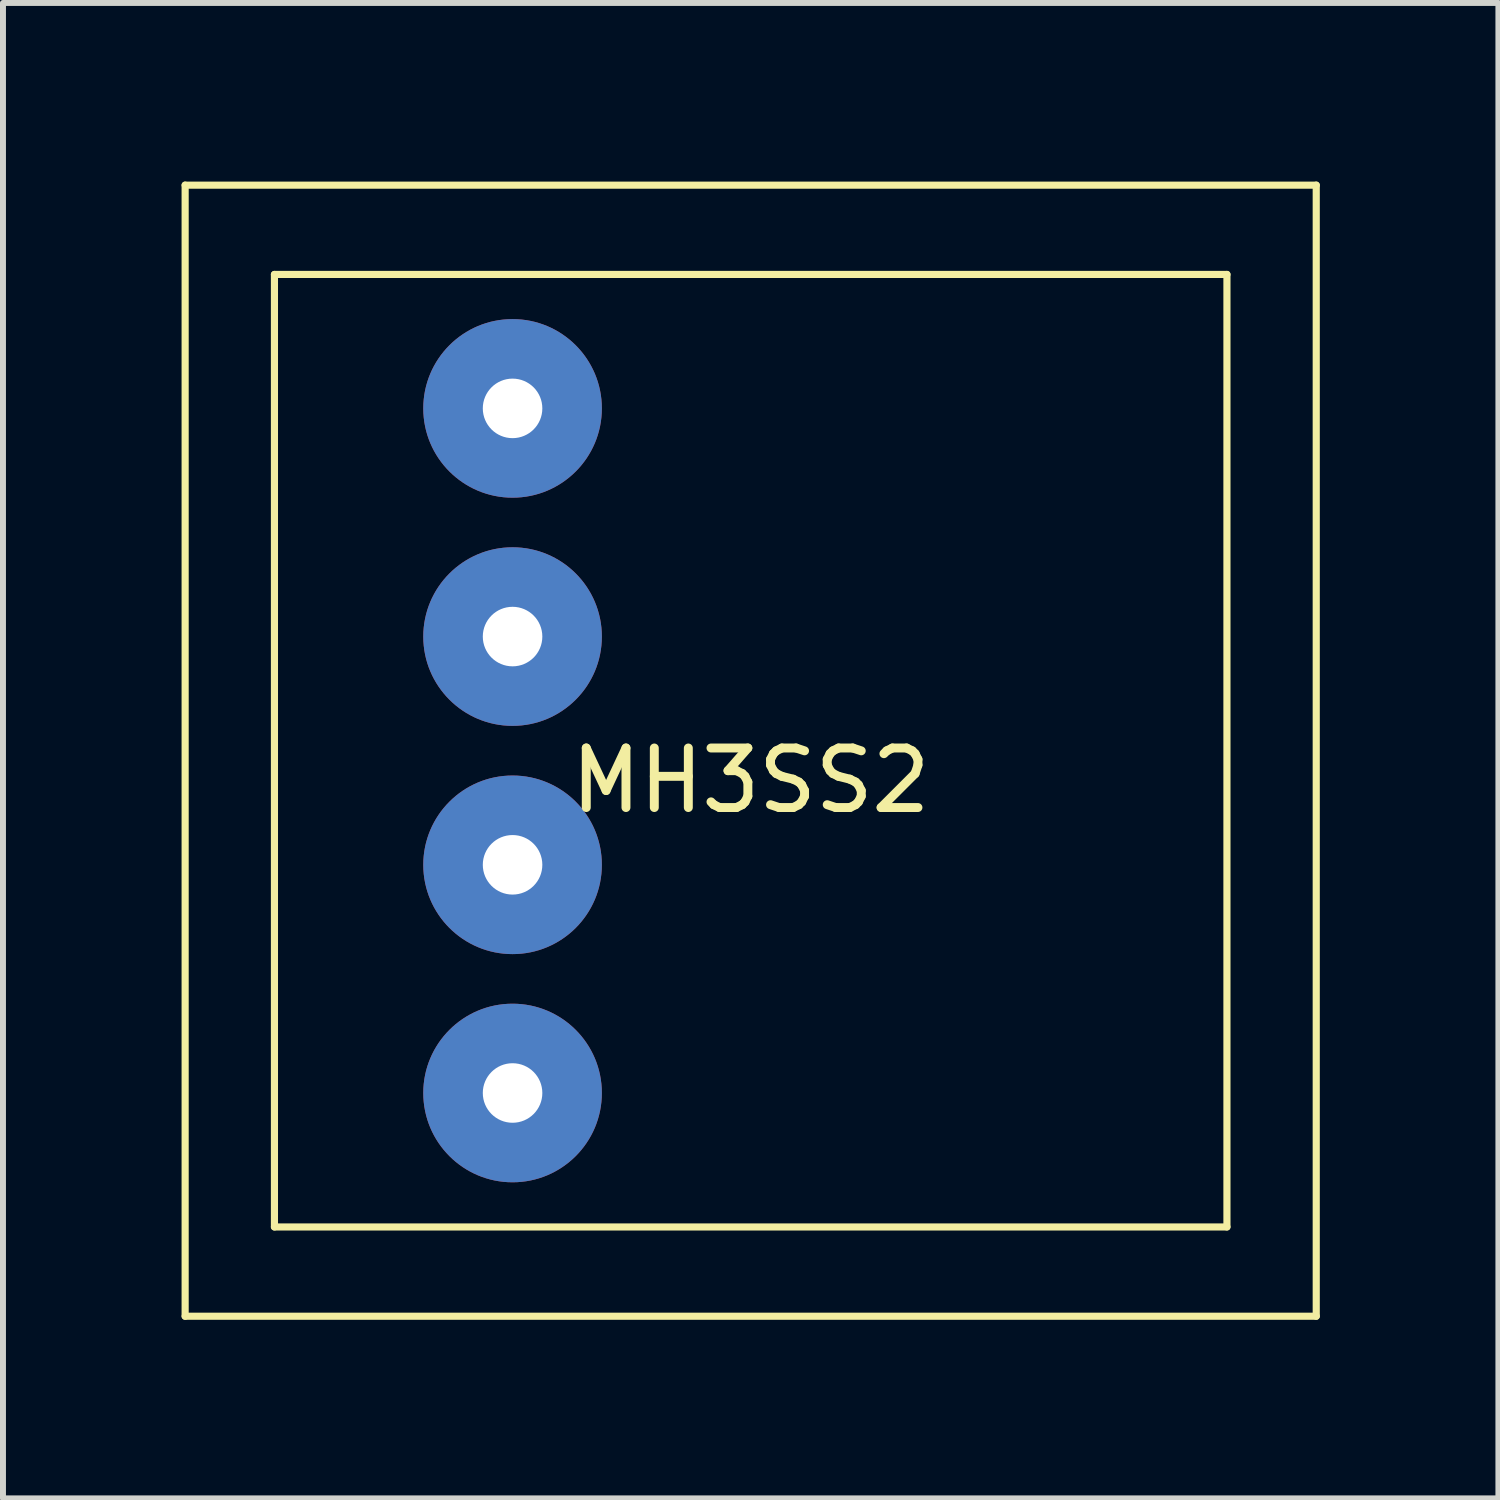
<source format=kicad_pcb>
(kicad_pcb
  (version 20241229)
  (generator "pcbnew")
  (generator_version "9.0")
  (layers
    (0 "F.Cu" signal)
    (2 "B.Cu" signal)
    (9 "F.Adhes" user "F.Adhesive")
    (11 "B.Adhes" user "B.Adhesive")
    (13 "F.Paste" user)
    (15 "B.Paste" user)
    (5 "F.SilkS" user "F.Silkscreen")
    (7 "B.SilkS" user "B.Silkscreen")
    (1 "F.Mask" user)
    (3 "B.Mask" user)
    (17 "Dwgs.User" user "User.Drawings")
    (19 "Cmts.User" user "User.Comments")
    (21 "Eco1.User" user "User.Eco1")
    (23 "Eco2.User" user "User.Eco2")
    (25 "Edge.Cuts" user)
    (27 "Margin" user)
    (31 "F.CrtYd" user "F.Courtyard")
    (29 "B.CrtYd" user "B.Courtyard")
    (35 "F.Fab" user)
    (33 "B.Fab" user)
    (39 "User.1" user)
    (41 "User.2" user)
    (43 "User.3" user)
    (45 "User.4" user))
  (footprint "MH3SS2"
    (layer "F.Cu")
    (at 9.56 9.56)
    (property "Reference" "MH3SS2" (at 0 0.5 0) (layer "F.SilkS") (effects (font (size 1 1) (thickness 0.15))))
    (attr through_hole)
    (fp_line (start -9.5 -9.5) (end 9.5 -9.5) (stroke (width 0.12) (type solid)) (layer "F.SilkS"))
    (fp_line (start -9.5 9.5) (end -9.5 -9.5) (stroke (width 0.12) (type solid)) (layer "F.SilkS"))
    (fp_line (start -8 -8) (end 8 -8) (stroke (width 0.12) (type solid)) (layer "F.SilkS"))
    (fp_line (start -8 8) (end -8 -8) (stroke (width 0.12) (type solid)) (layer "F.SilkS"))
    (fp_line (start 8 -8) (end 8 8) (stroke (width 0.12) (type solid)) (layer "F.SilkS"))
    (fp_line (start 8 8) (end -8 8) (stroke (width 0.12) (type solid)) (layer "F.SilkS"))
    (fp_line (start 9.5 -9.5) (end 9.5 9.5) (stroke (width 0.12) (type solid)) (layer "F.SilkS"))
    (fp_line (start 9.5 9.5) (end -9.5 9.5) (stroke (width 0.12) (type solid)) (layer "F.SilkS"))
    (pad "1" thru_hole circle (at -4 5.75) (size 3 3) (drill 1) (layers "*.Cu" "*.Mask"))
    (pad "2" thru_hole circle (at -4 1.917) (size 3 3) (drill 1) (layers "*.Cu" "*.Mask"))
    (pad "3" thru_hole circle (at -4 -1.917) (size 3 3) (drill 1) (layers "*.Cu" "*.Mask"))
    (pad "4" thru_hole circle (at -4 -5.75) (size 3 3) (drill 1) (layers "*.Cu" "*.Mask")))
  (gr_rect
    (start -3 -3)
    (end 22.12 22.12)
    (stroke (width 0.1) (type default))
    (fill no)
    (layer "Edge.Cuts")))
</source>
